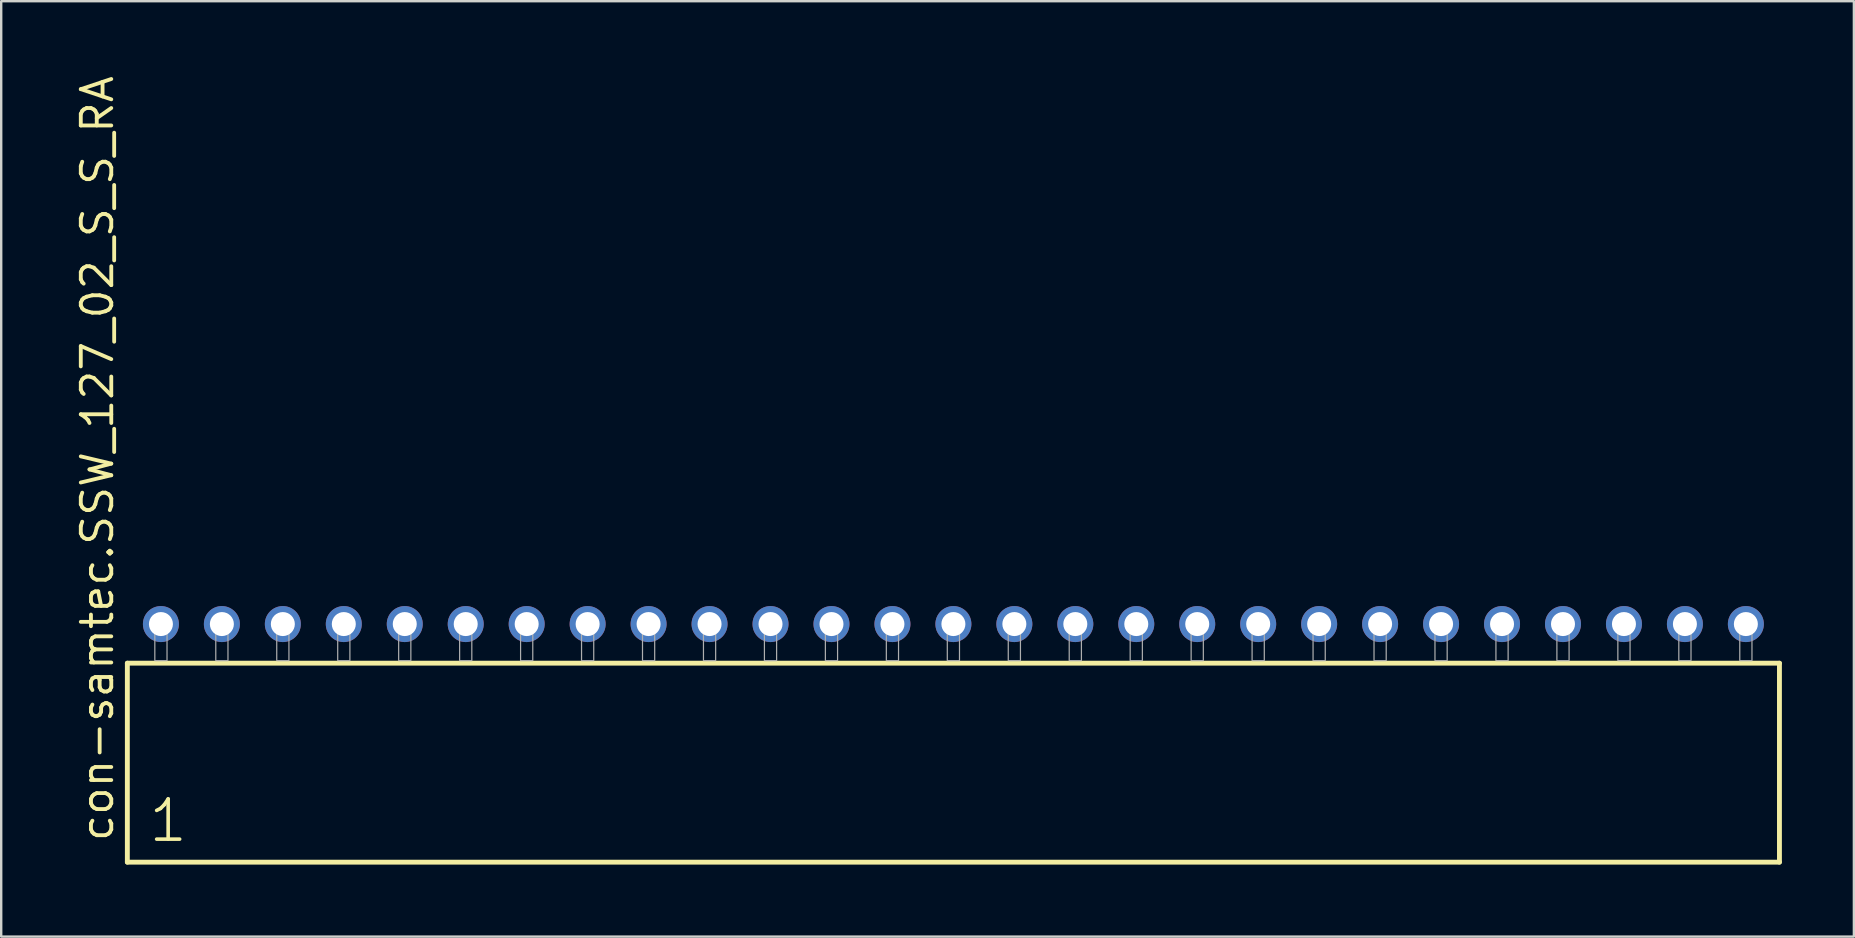
<source format=kicad_pcb>
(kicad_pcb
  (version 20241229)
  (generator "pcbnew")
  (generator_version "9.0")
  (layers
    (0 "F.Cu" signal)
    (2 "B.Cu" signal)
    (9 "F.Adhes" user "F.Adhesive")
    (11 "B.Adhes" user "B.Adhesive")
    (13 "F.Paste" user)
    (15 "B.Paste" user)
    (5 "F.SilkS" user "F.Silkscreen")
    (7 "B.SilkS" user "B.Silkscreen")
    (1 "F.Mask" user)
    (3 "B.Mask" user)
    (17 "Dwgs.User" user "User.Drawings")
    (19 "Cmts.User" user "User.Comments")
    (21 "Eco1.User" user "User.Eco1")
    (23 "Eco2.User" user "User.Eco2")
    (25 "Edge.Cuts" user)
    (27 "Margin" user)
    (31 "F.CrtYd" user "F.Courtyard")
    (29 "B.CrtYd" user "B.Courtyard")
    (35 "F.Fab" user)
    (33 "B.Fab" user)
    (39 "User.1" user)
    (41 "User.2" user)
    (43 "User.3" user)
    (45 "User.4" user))
  (footprint "con-samtec.SSW_127_02_S_S_RA"
    (layer "F.Cu")
    (at 36.675 24.477)
    (property "Reference" "con-samtec.SSW_127_02_S_S_RA" (at -34.925 7.62 90) (layer "F.SilkS") (effects (font (size 1.27 1.27) (thickness 0.16)) (justify left bottom)))
    (attr through_hole)
    (fp_line (start -34.419 0.106) (end -34.419 8.396) (stroke (width 0.203) (type default)) (layer "F.SilkS"))
    (fp_line (start -34.419 8.396) (end 34.419 8.396) (stroke (width 0.203) (type default)) (layer "F.SilkS"))
    (fp_line (start 34.419 0.106) (end -34.419 0.106) (stroke (width 0.203) (type default)) (layer "F.SilkS"))
    (fp_line (start 34.419 8.396) (end 34.419 0.106) (stroke (width 0.203) (type default)) (layer "F.SilkS"))
    (fp_rect (start -33.274 0) (end -32.766 -1.778) (stroke (width 0.05) (type default)) (fill no) (layer "F.Fab"))
    (fp_rect (start -30.734 0) (end -30.226 -1.778) (stroke (width 0.05) (type default)) (fill no) (layer "F.Fab"))
    (fp_rect (start -28.194 0) (end -27.686 -1.778) (stroke (width 0.05) (type default)) (fill no) (layer "F.Fab"))
    (fp_rect (start -25.654 0) (end -25.146 -1.778) (stroke (width 0.05) (type default)) (fill no) (layer "F.Fab"))
    (fp_rect (start -23.114 0) (end -22.606 -1.778) (stroke (width 0.05) (type default)) (fill no) (layer "F.Fab"))
    (fp_rect (start -20.574 0) (end -20.066 -1.778) (stroke (width 0.05) (type default)) (fill no) (layer "F.Fab"))
    (fp_rect (start -18.034 0) (end -17.526 -1.778) (stroke (width 0.05) (type default)) (fill no) (layer "F.Fab"))
    (fp_rect (start -15.494 0) (end -14.986 -1.778) (stroke (width 0.05) (type default)) (fill no) (layer "F.Fab"))
    (fp_rect (start -12.954 0) (end -12.446 -1.778) (stroke (width 0.05) (type default)) (fill no) (layer "F.Fab"))
    (fp_rect (start -10.414 0) (end -9.906 -1.778) (stroke (width 0.05) (type default)) (fill no) (layer "F.Fab"))
    (fp_rect (start -7.874 0) (end -7.366 -1.778) (stroke (width 0.05) (type default)) (fill no) (layer "F.Fab"))
    (fp_rect (start -5.334 0) (end -4.826 -1.778) (stroke (width 0.05) (type default)) (fill no) (layer "F.Fab"))
    (fp_rect (start -2.794 0) (end -2.286 -1.778) (stroke (width 0.05) (type default)) (fill no) (layer "F.Fab"))
    (fp_rect (start -0.254 0) (end 0.254 -1.778) (stroke (width 0.05) (type default)) (fill no) (layer "F.Fab"))
    (fp_rect (start 2.286 0) (end 2.794 -1.778) (stroke (width 0.05) (type default)) (fill no) (layer "F.Fab"))
    (fp_rect (start 4.826 0) (end 5.334 -1.778) (stroke (width 0.05) (type default)) (fill no) (layer "F.Fab"))
    (fp_rect (start 7.366 0) (end 7.874 -1.778) (stroke (width 0.05) (type default)) (fill no) (layer "F.Fab"))
    (fp_rect (start 9.906 0) (end 10.414 -1.778) (stroke (width 0.05) (type default)) (fill no) (layer "F.Fab"))
    (fp_rect (start 12.446 0) (end 12.954 -1.778) (stroke (width 0.05) (type default)) (fill no) (layer "F.Fab"))
    (fp_rect (start 14.986 0) (end 15.494 -1.778) (stroke (width 0.05) (type default)) (fill no) (layer "F.Fab"))
    (fp_rect (start 17.526 0) (end 18.034 -1.778) (stroke (width 0.05) (type default)) (fill no) (layer "F.Fab"))
    (fp_rect (start 20.066 0) (end 20.574 -1.778) (stroke (width 0.05) (type default)) (fill no) (layer "F.Fab"))
    (fp_rect (start 22.606 0) (end 23.114 -1.778) (stroke (width 0.05) (type default)) (fill no) (layer "F.Fab"))
    (fp_rect (start 25.146 0) (end 25.654 -1.778) (stroke (width 0.05) (type default)) (fill no) (layer "F.Fab"))
    (fp_rect (start 27.686 0) (end 28.194 -1.778) (stroke (width 0.05) (type default)) (fill no) (layer "F.Fab"))
    (fp_rect (start 30.226 0) (end 30.734 -1.778) (stroke (width 0.05) (type default)) (fill no) (layer "F.Fab"))
    (fp_rect (start 32.766 0) (end 33.274 -1.778) (stroke (width 0.05) (type default)) (fill no) (layer "F.Fab"))
    (fp_text user "1" (at -33.615 7.65 0) (layer "F.SilkS") (effects (font (size 1.676 1.676) (thickness 0.15)) (justify left bottom)))
    (pad "1" thru_hole circle (at -33.02 -1.524) (size 1.5 1.5) (drill 1) (layers "*.Cu" "*.Mask"))
    (pad "2" thru_hole circle (at -30.48 -1.524) (size 1.5 1.5) (drill 1) (layers "*.Cu" "*.Mask"))
    (pad "3" thru_hole circle (at -27.94 -1.524) (size 1.5 1.5) (drill 1) (layers "*.Cu" "*.Mask"))
    (pad "4" thru_hole circle (at -25.4 -1.524) (size 1.5 1.5) (drill 1) (layers "*.Cu" "*.Mask"))
    (pad "5" thru_hole circle (at -22.86 -1.524) (size 1.5 1.5) (drill 1) (layers "*.Cu" "*.Mask"))
    (pad "6" thru_hole circle (at -20.32 -1.524) (size 1.5 1.5) (drill 1) (layers "*.Cu" "*.Mask"))
    (pad "7" thru_hole circle (at -17.78 -1.524) (size 1.5 1.5) (drill 1) (layers "*.Cu" "*.Mask"))
    (pad "8" thru_hole circle (at -15.24 -1.524) (size 1.5 1.5) (drill 1) (layers "*.Cu" "*.Mask"))
    (pad "9" thru_hole circle (at -12.7 -1.524) (size 1.5 1.5) (drill 1) (layers "*.Cu" "*.Mask"))
    (pad "10" thru_hole circle (at -10.16 -1.524) (size 1.5 1.5) (drill 1) (layers "*.Cu" "*.Mask"))
    (pad "11" thru_hole circle (at -7.62 -1.524) (size 1.5 1.5) (drill 1) (layers "*.Cu" "*.Mask"))
    (pad "12" thru_hole circle (at -5.08 -1.524) (size 1.5 1.5) (drill 1) (layers "*.Cu" "*.Mask"))
    (pad "13" thru_hole circle (at -2.54 -1.524) (size 1.5 1.5) (drill 1) (layers "*.Cu" "*.Mask"))
    (pad "14" thru_hole circle (at 0 -1.524) (size 1.5 1.5) (drill 1) (layers "*.Cu" "*.Mask"))
    (pad "15" thru_hole circle (at 2.54 -1.524) (size 1.5 1.5) (drill 1) (layers "*.Cu" "*.Mask"))
    (pad "16" thru_hole circle (at 5.08 -1.524) (size 1.5 1.5) (drill 1) (layers "*.Cu" "*.Mask"))
    (pad "17" thru_hole circle (at 7.62 -1.524) (size 1.5 1.5) (drill 1) (layers "*.Cu" "*.Mask"))
    (pad "18" thru_hole circle (at 10.16 -1.524) (size 1.5 1.5) (drill 1) (layers "*.Cu" "*.Mask"))
    (pad "19" thru_hole circle (at 12.7 -1.524) (size 1.5 1.5) (drill 1) (layers "*.Cu" "*.Mask"))
    (pad "20" thru_hole circle (at 15.24 -1.524) (size 1.5 1.5) (drill 1) (layers "*.Cu" "*.Mask"))
    (pad "21" thru_hole circle (at 17.78 -1.524) (size 1.5 1.5) (drill 1) (layers "*.Cu" "*.Mask"))
    (pad "22" thru_hole circle (at 20.32 -1.524) (size 1.5 1.5) (drill 1) (layers "*.Cu" "*.Mask"))
    (pad "23" thru_hole circle (at 22.86 -1.524) (size 1.5 1.5) (drill 1) (layers "*.Cu" "*.Mask"))
    (pad "24" thru_hole circle (at 25.4 -1.524) (size 1.5 1.5) (drill 1) (layers "*.Cu" "*.Mask"))
    (pad "25" thru_hole circle (at 27.94 -1.524) (size 1.5 1.5) (drill 1) (layers "*.Cu" "*.Mask"))
    (pad "26" thru_hole circle (at 30.48 -1.524) (size 1.5 1.5) (drill 1) (layers "*.Cu" "*.Mask"))
    (pad "27" thru_hole circle (at 33.02 -1.524) (size 1.5 1.5) (drill 1) (layers "*.Cu" "*.Mask")))
  (gr_rect
    (start -3 -3)
    (end 74.196 35.975)
    (stroke (width 0.1) (type default))
    (fill no)
    (layer "Edge.Cuts")))
</source>
